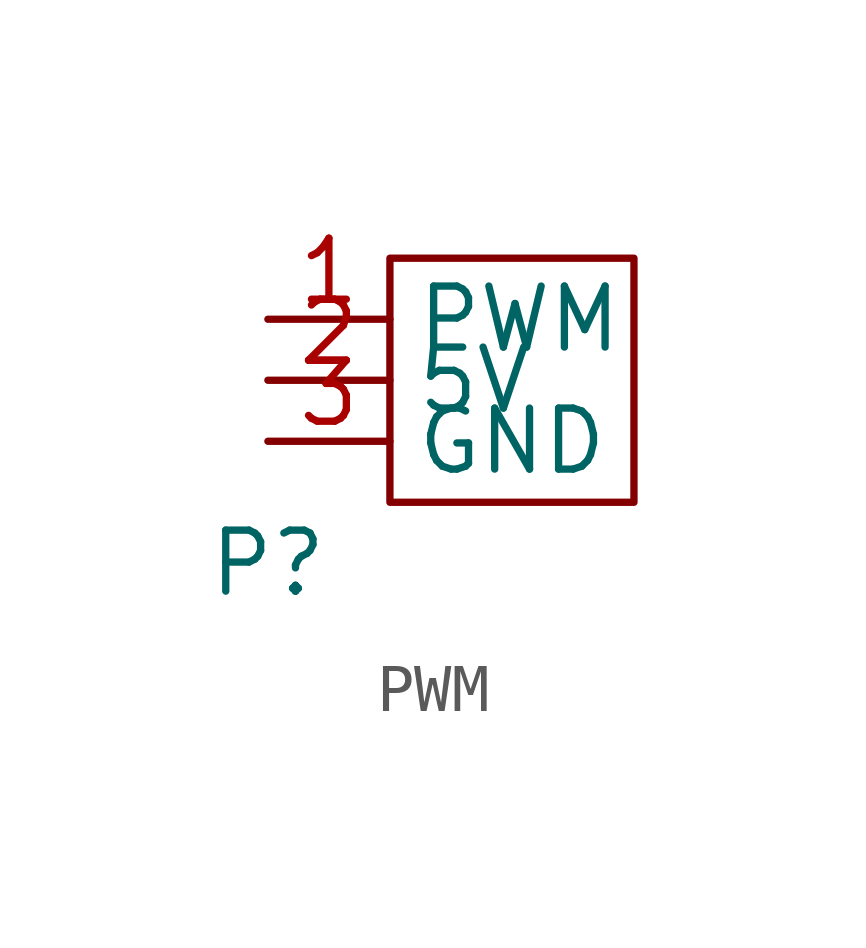
<source format=kicad_sym>
(kicad_symbol_lib
  (version 20231120)
  (generator "kicad_symbol_editor")
  (generator_version "8.0")
  (symbol "PWM"
    (property "Reference" "P"
      (at 0 -3.81 0)
      (effects (font (size 1.27 1.27))))
    (property "Value" ""
      (at 0 0 0)
      (effects (font (size 1.27 1.27))))
    (symbol "PWM_0_1"
      (rectangle (start 2.54 2.54) (end 7.62 -2.54) (stroke (width 0) (type default)) (fill (type none))))
    (symbol "PWM_1_1"
      (pin bidirectional line (at 0 1.27 0) (length 2.54) (name "PWM" (effects (font (size 1.27 1.27)))) (number "1" (effects (font (size 1.27 1.27)))))
      (pin bidirectional line (at 0 0 0) (length 2.54) (name "5V" (effects (font (size 1.27 1.27)))) (number "2" (effects (font (size 1.27 1.27)))))
      (pin bidirectional line (at 0 -1.27 0) (length 2.54) (name "GND" (effects (font (size 1.27 1.27)))) (number "3" (effects (font (size 1.27 1.27))))))))
</source>
